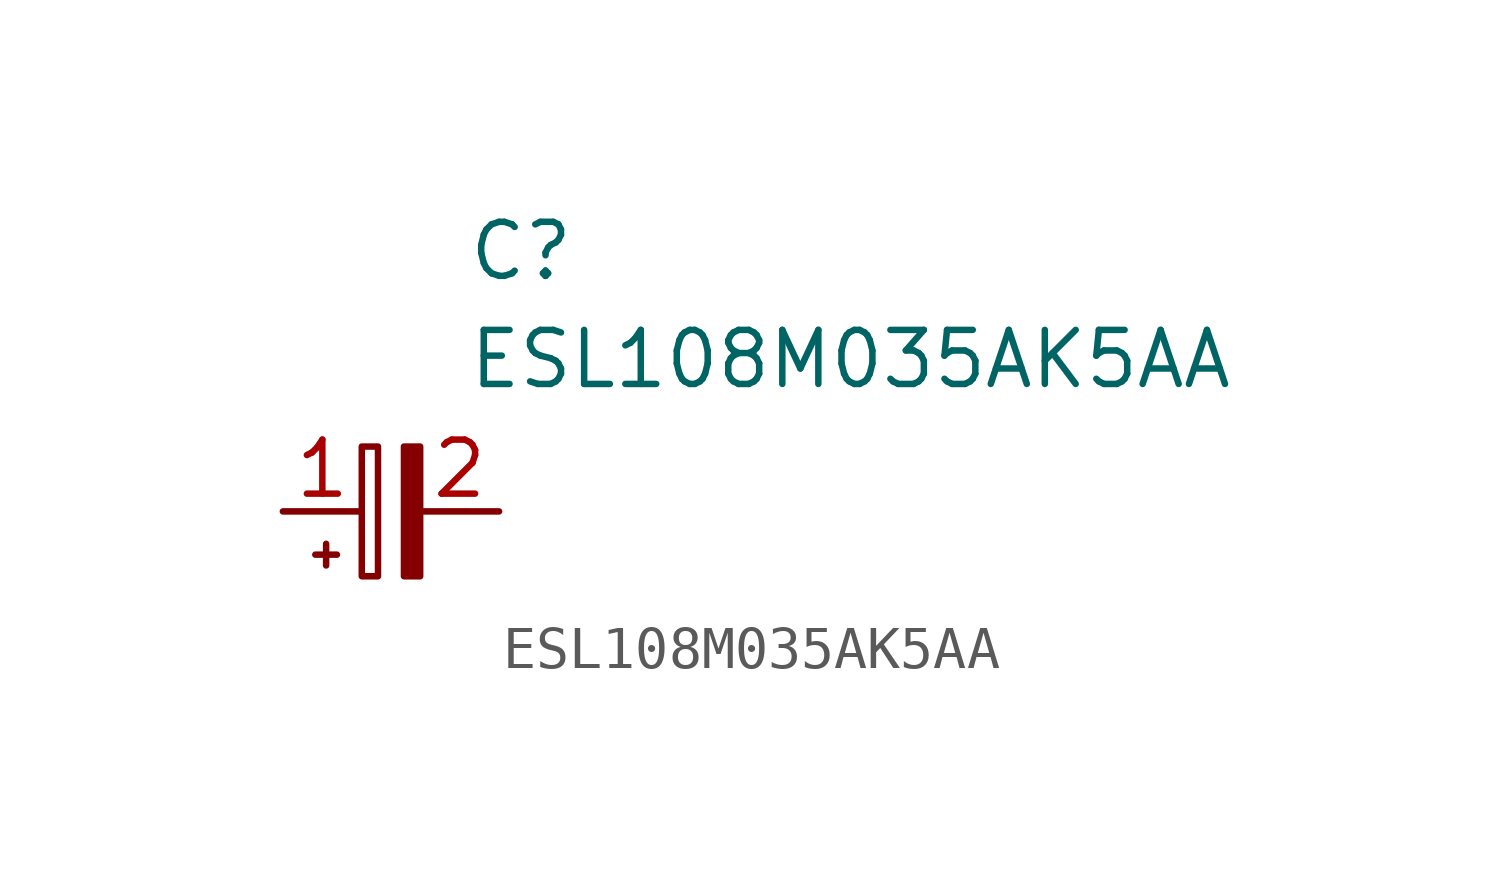
<source format=kicad_sym>
(kicad_symbol_lib
  (version 20231120)
  (generator "kicad_symbol_editor")
  (generator_version "8.0")
  (symbol "ESL108M035AK5AA"
    (pin_names hide)
    (property "Reference" "C"
      (at 4.318 6.858 0)
      (effects (font (size 1.27 1.27)) (justify left top)))
    (property "Value" "ESL108M035AK5AA"
      (at 4.318 4.318 0)
      (effects (font (size 1.27 1.27)) (justify left top)))
    (symbol "ESL108M035AK5AA_0_1"
      (polyline (pts (xy 1.016 -1.27) (xy 1.016 -0.762)) (stroke (width 0) (type default)) (fill (type none)))
      (polyline (pts (xy 1.27 -1.016) (xy 0.762 -1.016)) (stroke (width 0) (type default)) (fill (type none)))
      (rectangle (start 1.854 -1.524) (end 2.235 1.524) (stroke (width 0) (type default)) (fill (type none)))
      (rectangle (start 2.845 -1.524) (end 3.226 1.524) (stroke (width 0) (type default)) (fill (type outline))))
    (symbol "ESL108M035AK5AA_1_1"
      (pin passive line (at 0 0 0) (length 1.854) (name "~" (effects (font (size 1.27 1.27)))) (number "1" (effects (font (size 1.27 1.27)))))
      (pin passive line (at 5.08 0 180) (length 1.854) (name "~" (effects (font (size 1.27 1.27)))) (number "2" (effects (font (size 1.27 1.27))))))))
</source>
